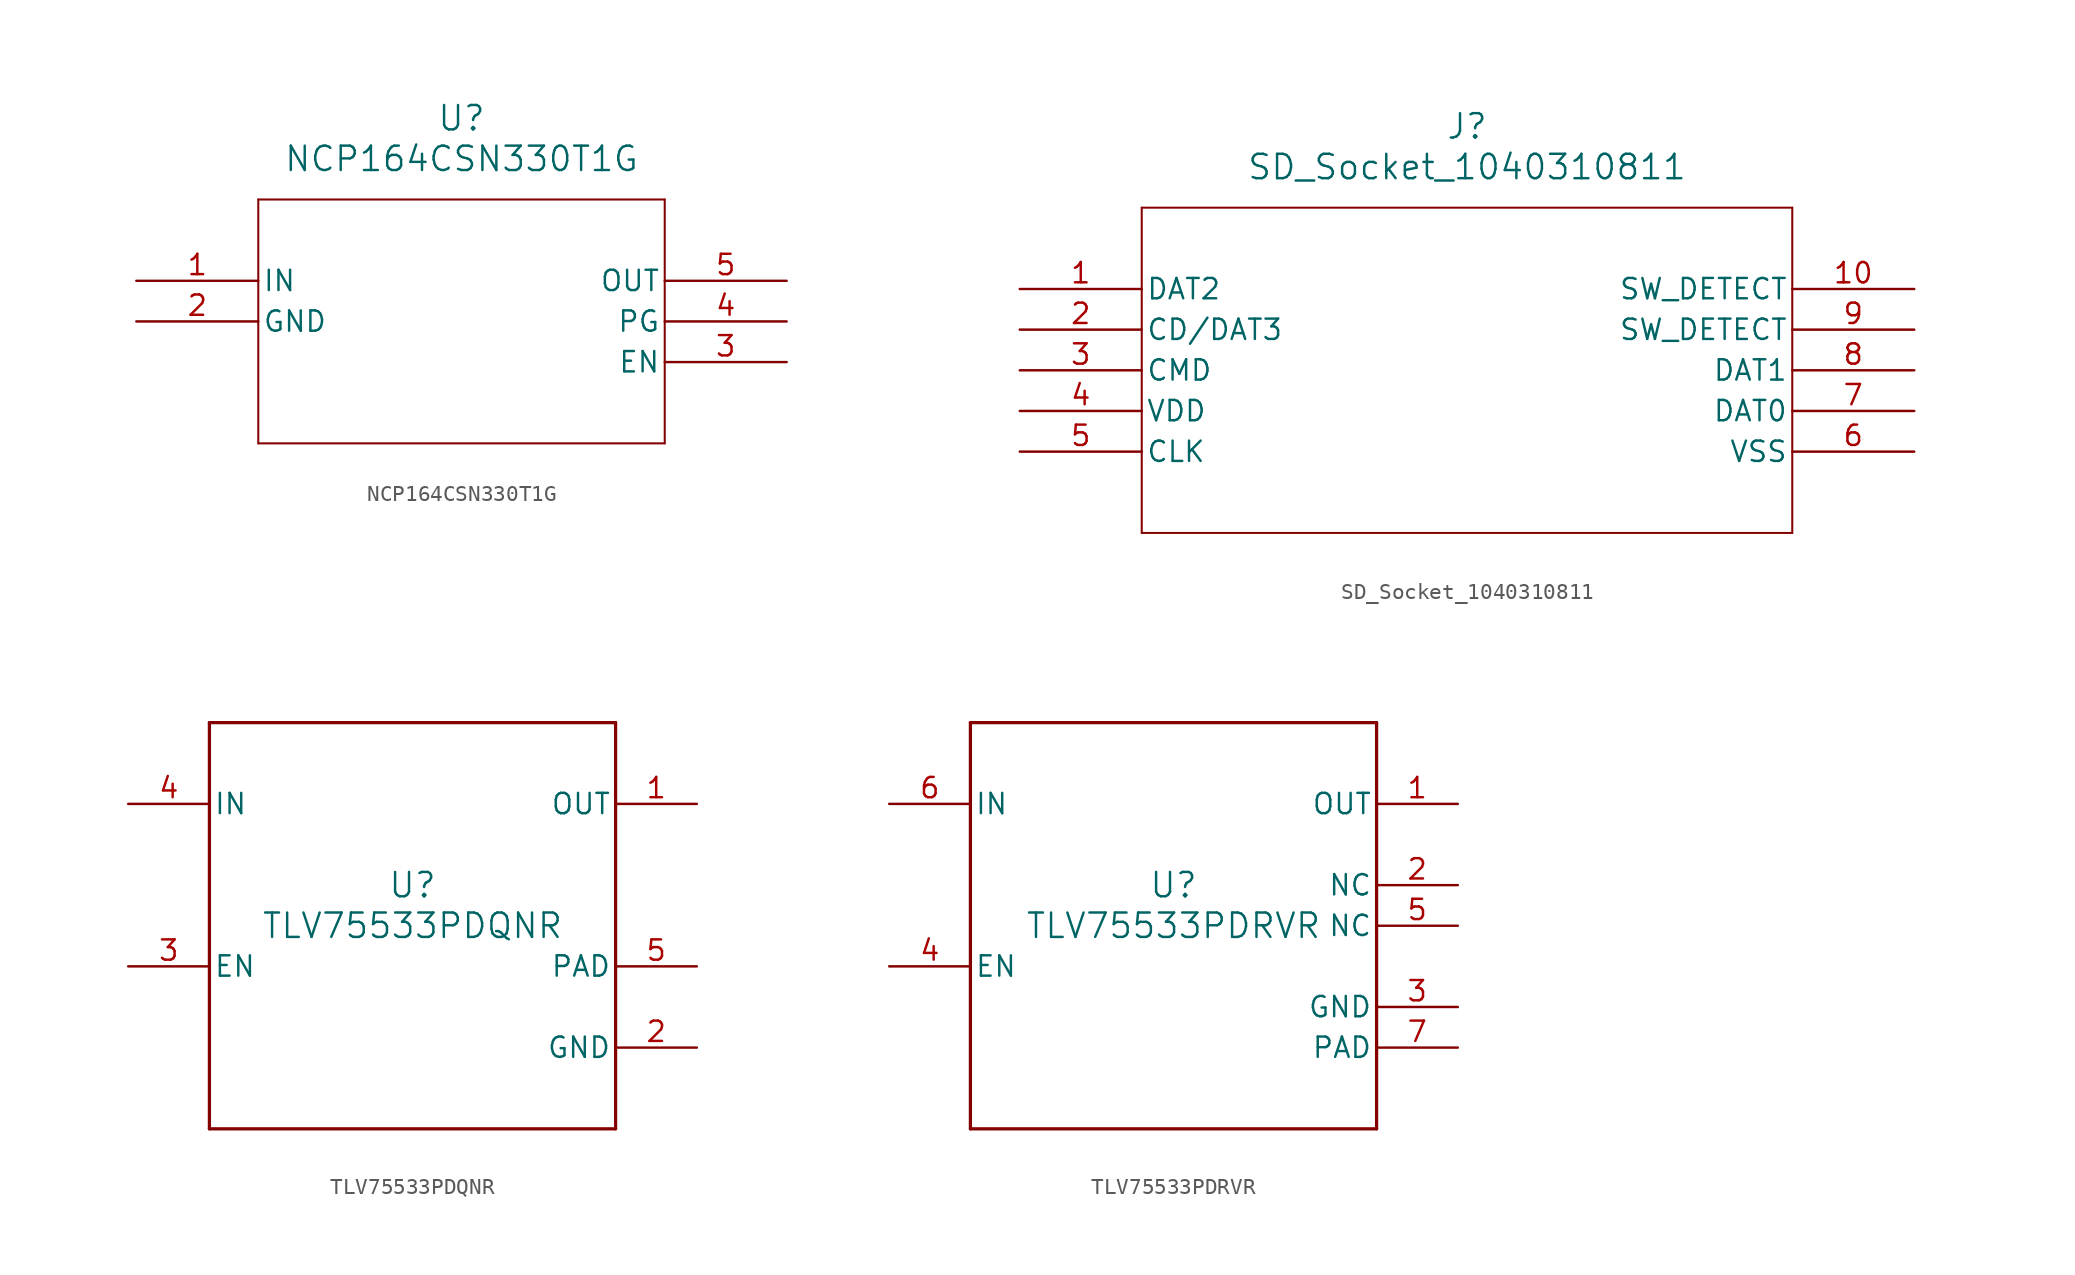
<source format=kicad_sym>
(kicad_symbol_lib
  (version 20231120)
  (generator "kicad_symbol_editor")
  (generator_version "8.0")
  (symbol "NCP164CSN330T1G"
    (pin_names
      (offset 0.254))
    (property "Reference" "U"
      (at 20.32 10.16 0)
      (effects (font (size 1.524 1.524))))
    (property "Value" "NCP164CSN330T1G"
      (at 20.32 7.62 0)
      (effects (font (size 1.524 1.524))))
    (property "ki_locked" ""
      (at 0 0 0)
      (effects (font (size 1.27 1.27))))
    (symbol "NCP164CSN330T1G_0_1"
      (polyline (pts (xy 7.62 -10.16) (xy 33.02 -10.16)) (stroke (width 0.127) (type default)) (fill (type none)))
      (polyline (pts (xy 7.62 5.08) (xy 7.62 -10.16)) (stroke (width 0.127) (type default)) (fill (type none)))
      (polyline (pts (xy 33.02 -10.16) (xy 33.02 5.08)) (stroke (width 0.127) (type default)) (fill (type none)))
      (polyline (pts (xy 33.02 5.08) (xy 7.62 5.08)) (stroke (width 0.127) (type default)) (fill (type none)))
      (pin power_in line (at 0 0 0) (length 7.62) (name "IN" (effects (font (size 1.27 1.27)))) (number "1" (effects (font (size 1.27 1.27)))))
      (pin power_out line (at 0 -2.54 0) (length 7.62) (name "GND" (effects (font (size 1.27 1.27)))) (number "2" (effects (font (size 1.27 1.27)))))
      (pin unspecified line (at 40.64 -5.08 180) (length 7.62) (name "EN" (effects (font (size 1.27 1.27)))) (number "3" (effects (font (size 1.27 1.27)))))
      (pin unspecified line (at 40.64 -2.54 180) (length 7.62) (name "PG" (effects (font (size 1.27 1.27)))) (number "4" (effects (font (size 1.27 1.27)))))
      (pin output line (at 40.64 0 180) (length 7.62) (name "OUT" (effects (font (size 1.27 1.27)))) (number "5" (effects (font (size 1.27 1.27)))))))
  (symbol "SD_Socket_1040310811"
    (pin_names
      (offset 0.254))
    (property "Reference" "J"
      (at 27.94 10.16 0)
      (effects (font (size 1.524 1.524))))
    (property "Value" "SD_Socket_1040310811"
      (at 27.94 7.62 0)
      (effects (font (size 1.524 1.524))))
    (property "ki_locked" ""
      (at 0 0 0)
      (effects (font (size 1.27 1.27))))
    (symbol "SD_Socket_1040310811_0_1"
      (polyline (pts (xy 7.62 -15.24) (xy 48.26 -15.24)) (stroke (width 0.127) (type default)) (fill (type none)))
      (polyline (pts (xy 7.62 5.08) (xy 7.62 -15.24)) (stroke (width 0.127) (type default)) (fill (type none)))
      (polyline (pts (xy 48.26 -15.24) (xy 48.26 5.08)) (stroke (width 0.127) (type default)) (fill (type none)))
      (polyline (pts (xy 48.26 5.08) (xy 7.62 5.08)) (stroke (width 0.127) (type default)) (fill (type none)))
      (pin bidirectional line (at 0 0 0) (length 7.62) (name "DAT2" (effects (font (size 1.27 1.27)))) (number "1" (effects (font (size 1.27 1.27)))))
      (pin unspecified line (at 55.88 0 180) (length 7.62) (name "SW_DETECT" (effects (font (size 1.27 1.27)))) (number "10" (effects (font (size 1.27 1.27)))))
      (pin bidirectional line (at 0 -2.54 0) (length 7.62) (name "CD/DAT3" (effects (font (size 1.27 1.27)))) (number "2" (effects (font (size 1.27 1.27)))))
      (pin unspecified line (at 0 -5.08 0) (length 7.62) (name "CMD" (effects (font (size 1.27 1.27)))) (number "3" (effects (font (size 1.27 1.27)))))
      (pin power_in line (at 0 -7.62 0) (length 7.62) (name "VDD" (effects (font (size 1.27 1.27)))) (number "4" (effects (font (size 1.27 1.27)))))
      (pin unspecified line (at 0 -10.16 0) (length 7.62) (name "CLK" (effects (font (size 1.27 1.27)))) (number "5" (effects (font (size 1.27 1.27)))))
      (pin power_out line (at 55.88 -10.16 180) (length 7.62) (name "VSS" (effects (font (size 1.27 1.27)))) (number "6" (effects (font (size 1.27 1.27)))))
      (pin bidirectional line (at 55.88 -7.62 180) (length 7.62) (name "DAT0" (effects (font (size 1.27 1.27)))) (number "7" (effects (font (size 1.27 1.27)))))
      (pin bidirectional line (at 55.88 -5.08 180) (length 7.62) (name "DAT1" (effects (font (size 1.27 1.27)))) (number "8" (effects (font (size 1.27 1.27)))))
      (pin unspecified line (at 55.88 -2.54 180) (length 7.62) (name "SW_DETECT" (effects (font (size 1.27 1.27)))) (number "9" (effects (font (size 1.27 1.27)))))))
  (symbol "TLV75533PDQNR"
    (pin_names
      (offset 0.254))
    (property "Reference" "U"
      (at 0 2.54 0)
      (effects (font (size 1.524 1.524))))
    (property "Value" "TLV75533PDQNR"
      (at 0 0 0)
      (effects (font (size 1.524 1.524))))
    (property "ki_locked" ""
      (at 0 0 0)
      (effects (font (size 1.27 1.27))))
    (symbol "TLV75533PDQNR_0_1"
      (polyline (pts (xy -12.7 -12.7) (xy 12.7 -12.7)) (stroke (width 0.203) (type default)) (fill (type none)))
      (polyline (pts (xy -12.7 12.7) (xy -12.7 -12.7)) (stroke (width 0.203) (type default)) (fill (type none)))
      (polyline (pts (xy 12.7 -12.7) (xy 12.7 12.7)) (stroke (width 0.203) (type default)) (fill (type none)))
      (polyline (pts (xy 12.7 12.7) (xy -12.7 12.7)) (stroke (width 0.203) (type default)) (fill (type none)))
      (pin power_in line (at 17.78 7.62 180) (length 5.08) (name "OUT" (effects (font (size 1.27 1.27)))) (number "1" (effects (font (size 1.27 1.27)))))
      (pin power_in line (at 17.78 -7.62 180) (length 5.08) (name "GND" (effects (font (size 1.27 1.27)))) (number "2" (effects (font (size 1.27 1.27)))))
      (pin input line (at -17.78 -2.54 0) (length 5.08) (name "EN" (effects (font (size 1.27 1.27)))) (number "3" (effects (font (size 1.27 1.27)))))
      (pin power_in line (at -17.78 7.62 0) (length 5.08) (name "IN" (effects (font (size 1.27 1.27)))) (number "4" (effects (font (size 1.27 1.27)))))
      (pin unspecified line (at 17.78 -2.54 180) (length 5.08) (name "PAD" (effects (font (size 1.27 1.27)))) (number "5" (effects (font (size 1.27 1.27)))))))
  (symbol "TLV75533PDRVR"
    (pin_names
      (offset 0.254))
    (property "Reference" "U"
      (at 0 2.54 0)
      (effects (font (size 1.524 1.524))))
    (property "Value" "TLV75533PDRVR"
      (at 0 0 0)
      (effects (font (size 1.524 1.524))))
    (property "ki_locked" ""
      (at 0 0 0)
      (effects (font (size 1.27 1.27))))
    (symbol "TLV75533PDRVR_0_1"
      (polyline (pts (xy -12.7 -12.7) (xy 12.7 -12.7)) (stroke (width 0.203) (type default)) (fill (type none)))
      (polyline (pts (xy -12.7 12.7) (xy -12.7 -12.7)) (stroke (width 0.203) (type default)) (fill (type none)))
      (polyline (pts (xy 12.7 -12.7) (xy 12.7 12.7)) (stroke (width 0.203) (type default)) (fill (type none)))
      (polyline (pts (xy 12.7 12.7) (xy -12.7 12.7)) (stroke (width 0.203) (type default)) (fill (type none)))
      (pin output line (at 17.78 7.62 180) (length 5.08) (name "OUT" (effects (font (size 1.27 1.27)))) (number "1" (effects (font (size 1.27 1.27)))))
      (pin unspecified line (at 17.78 2.54 180) (length 5.08) (name "NC" (effects (font (size 1.27 1.27)))) (number "2" (effects (font (size 1.27 1.27)))))
      (pin power_in line (at 17.78 -5.08 180) (length 5.08) (name "GND" (effects (font (size 1.27 1.27)))) (number "3" (effects (font (size 1.27 1.27)))))
      (pin input line (at -17.78 -2.54 0) (length 5.08) (name "EN" (effects (font (size 1.27 1.27)))) (number "4" (effects (font (size 1.27 1.27)))))
      (pin unspecified line (at 17.78 0 180) (length 5.08) (name "NC" (effects (font (size 1.27 1.27)))) (number "5" (effects (font (size 1.27 1.27)))))
      (pin input line (at -17.78 7.62 0) (length 5.08) (name "IN" (effects (font (size 1.27 1.27)))) (number "6" (effects (font (size 1.27 1.27)))))
      (pin power_in line (at 17.78 -7.62 180) (length 5.08) (name "PAD" (effects (font (size 1.27 1.27)))) (number "7" (effects (font (size 1.27 1.27))))))))
</source>
